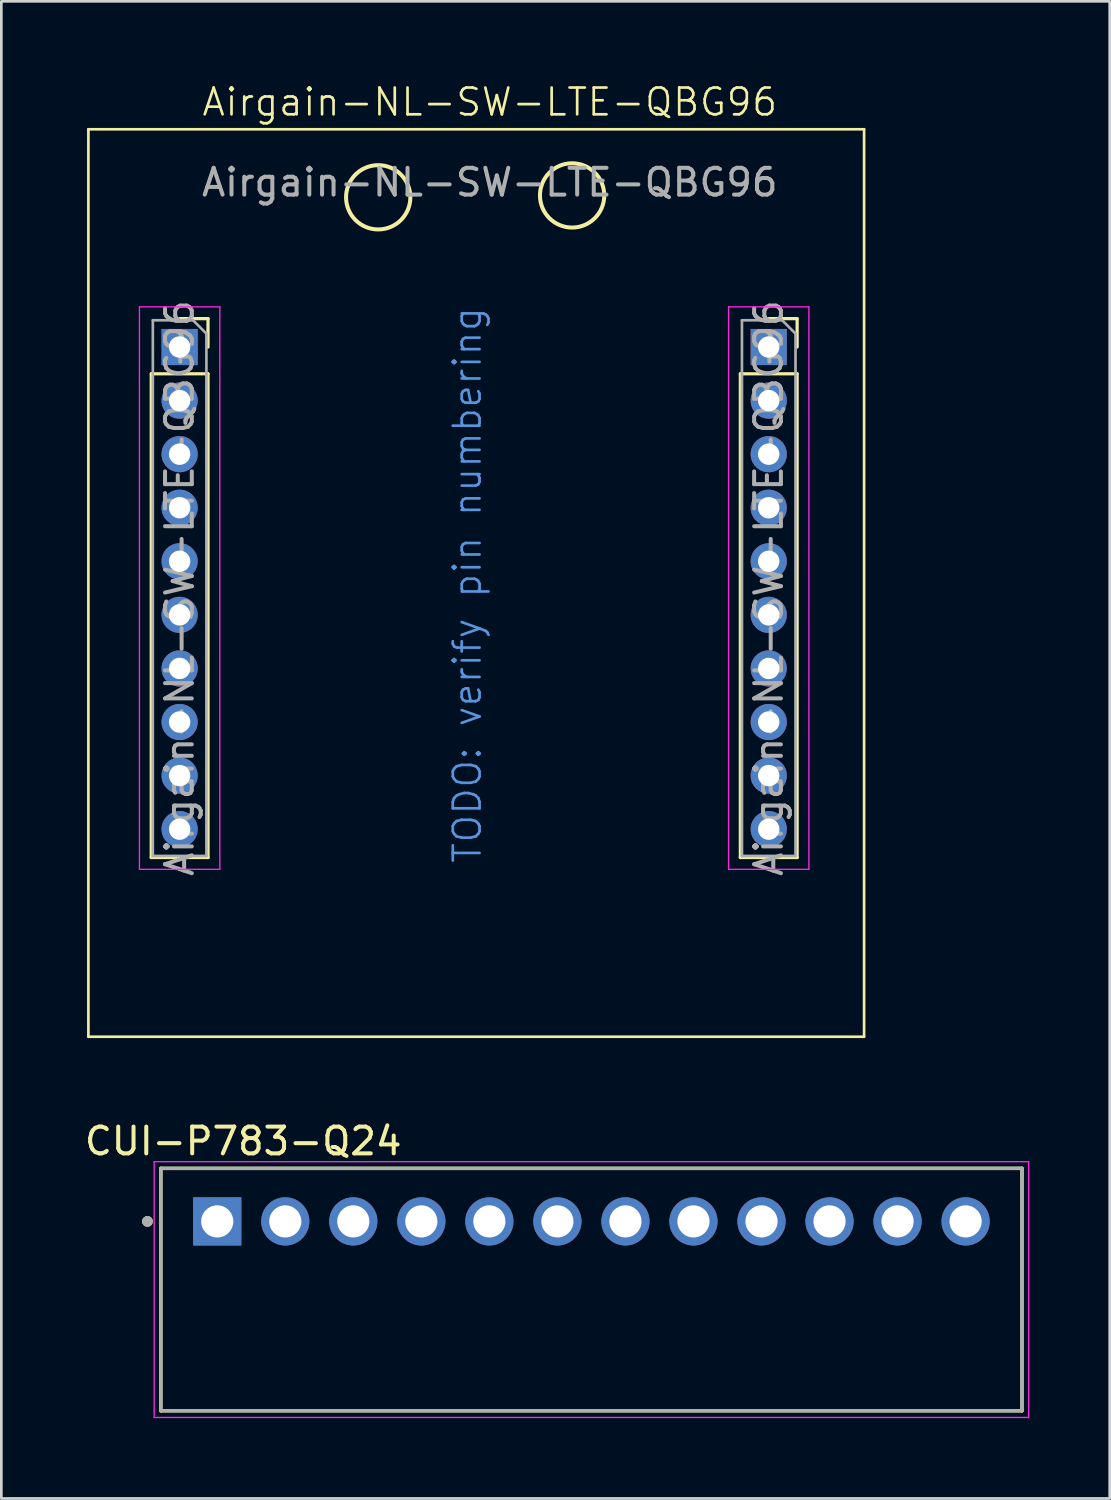
<source format=kicad_pcb>
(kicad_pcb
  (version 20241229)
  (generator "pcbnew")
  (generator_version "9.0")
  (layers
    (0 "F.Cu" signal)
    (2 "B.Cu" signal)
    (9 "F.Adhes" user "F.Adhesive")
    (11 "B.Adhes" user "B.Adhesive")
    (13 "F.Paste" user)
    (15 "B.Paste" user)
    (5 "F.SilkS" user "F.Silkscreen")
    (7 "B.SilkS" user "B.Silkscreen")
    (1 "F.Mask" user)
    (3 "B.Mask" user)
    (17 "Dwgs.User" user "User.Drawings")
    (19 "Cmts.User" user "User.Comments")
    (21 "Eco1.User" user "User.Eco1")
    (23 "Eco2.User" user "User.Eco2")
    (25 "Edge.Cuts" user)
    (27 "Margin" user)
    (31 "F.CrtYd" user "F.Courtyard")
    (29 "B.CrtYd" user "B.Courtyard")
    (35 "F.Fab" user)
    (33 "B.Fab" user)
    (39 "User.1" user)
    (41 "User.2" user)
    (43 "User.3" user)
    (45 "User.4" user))
  (footprint "CUI-P783-Q24"
    (layer "F.Cu")
    (at 19.03 45.095)
    (property "Reference" "CUI-P783-Q24" (at -13 -5.54 0) (layer "F.SilkS") (effects (font (size 1 1) (thickness 0.15))))
    (attr through_hole)
    (fp_line (start -16.075 -4.525) (end -16.075 4.525) (stroke (width 0.127) (type solid)) (layer "F.SilkS"))
    (fp_line (start -16.075 4.525) (end 16.075 4.525) (stroke (width 0.127) (type solid)) (layer "F.SilkS"))
    (fp_line (start 16.075 -4.525) (end -16.075 -4.525) (stroke (width 0.127) (type solid)) (layer "F.SilkS"))
    (fp_line (start 16.075 4.525) (end 16.075 -4.525) (stroke (width 0.127) (type solid)) (layer "F.SilkS"))
    (fp_circle (center -16.575 -2.545) (end -16.475 -2.545) (stroke (width 0.2) (type solid)) (fill no) (layer "F.SilkS"))
    (fp_line (start -16.325 -4.775) (end -16.325 4.775) (stroke (width 0.05) (type solid)) (layer "F.CrtYd"))
    (fp_line (start -16.325 4.775) (end 16.325 4.775) (stroke (width 0.05) (type solid)) (layer "F.CrtYd"))
    (fp_line (start 16.325 -4.775) (end -16.325 -4.775) (stroke (width 0.05) (type solid)) (layer "F.CrtYd"))
    (fp_line (start 16.325 4.775) (end 16.325 -4.775) (stroke (width 0.05) (type solid)) (layer "F.CrtYd"))
    (fp_line (start -16.075 -4.525) (end -16.075 4.525) (stroke (width 0.127) (type solid)) (layer "F.Fab"))
    (fp_line (start -16.075 4.525) (end 16.075 4.525) (stroke (width 0.127) (type solid)) (layer "F.Fab"))
    (fp_line (start 16.075 -4.525) (end -16.075 -4.525) (stroke (width 0.127) (type solid)) (layer "F.Fab"))
    (fp_line (start 16.075 4.525) (end 16.075 -4.525) (stroke (width 0.127) (type solid)) (layer "F.Fab"))
    (fp_circle (center -16.575 -2.545) (end -16.475 -2.545) (stroke (width 0.2) (type solid)) (fill no) (layer "F.Fab"))
    (pad "1" thru_hole rect (at -13.97 -2.545) (size 1.8 1.8) (drill 1.2) (layers "*.Cu" "*.Mask"))
    (pad "2" thru_hole circle (at -11.43 -2.545) (size 1.8 1.8) (drill 1.2) (layers "*.Cu" "*.Mask"))
    (pad "3" thru_hole circle (at -8.89 -2.545) (size 1.8 1.8) (drill 1.2) (layers "*.Cu" "*.Mask"))
    (pad "4" thru_hole circle (at -6.35 -2.545) (size 1.8 1.8) (drill 1.2) (layers "*.Cu" "*.Mask"))
    (pad "5" thru_hole circle (at -3.81 -2.545) (size 1.8 1.8) (drill 1.2) (layers "*.Cu" "*.Mask"))
    (pad "6" thru_hole circle (at -1.27 -2.545) (size 1.8 1.8) (drill 1.2) (layers "*.Cu" "*.Mask"))
    (pad "7" thru_hole circle (at 1.27 -2.545) (size 1.8 1.8) (drill 1.2) (layers "*.Cu" "*.Mask"))
    (pad "8" thru_hole circle (at 3.81 -2.545) (size 1.8 1.8) (drill 1.2) (layers "*.Cu" "*.Mask"))
    (pad "9" thru_hole circle (at 6.35 -2.545) (size 1.8 1.8) (drill 1.2) (layers "*.Cu" "*.Mask"))
    (pad "10" thru_hole circle (at 8.89 -2.545) (size 1.8 1.8) (drill 1.2) (layers "*.Cu" "*.Mask"))
    (pad "11" thru_hole circle (at 11.43 -2.545) (size 1.8 1.8) (drill 1.2) (layers "*.Cu" "*.Mask"))
    (pad "12" thru_hole circle (at 13.97 -2.545) (size 1.8 1.8) (drill 1.2) (layers "*.Cu" "*.Mask")))
  (footprint "Airgain-NL-SW-LTE-QBG96"
    (layer "F.Cu")
    (at 0.25 1.776)
    (property "Reference" "Airgain-NL-SW-LTE-QBG96" (at 14.986 -1.016 0) (unlocked yes) (layer "F.SilkS") (effects (font (size 1 1) (thickness 0.1))))
    (attr through_hole)
    (fp_line (start 0 0) (end 0 33.88) (stroke (width 0.1) (type default)) (layer "F.SilkS"))
    (fp_line (start 0 0) (end 28.96 0) (stroke (width 0.1) (type default)) (layer "F.SilkS"))
    (fp_line (start 2.346 9.13) (end 2.346 27.19) (stroke (width 0.12) (type solid)) (layer "F.SilkS"))
    (fp_line (start 2.346 9.13) (end 4.466 9.13) (stroke (width 0.12) (type solid)) (layer "F.SilkS"))
    (fp_line (start 2.346 27.19) (end 4.466 27.19) (stroke (width 0.12) (type solid)) (layer "F.SilkS"))
    (fp_line (start 3.406 7.07) (end 4.466 7.07) (stroke (width 0.12) (type solid)) (layer "F.SilkS"))
    (fp_line (start 4.466 7.07) (end 4.466 8.13) (stroke (width 0.12) (type solid)) (layer "F.SilkS"))
    (fp_line (start 4.466 9.13) (end 4.466 27.19) (stroke (width 0.12) (type solid)) (layer "F.SilkS"))
    (fp_line (start 24.34 9.13) (end 24.34 27.19) (stroke (width 0.12) (type solid)) (layer "F.SilkS"))
    (fp_line (start 24.34 9.13) (end 26.46 9.13) (stroke (width 0.12) (type solid)) (layer "F.SilkS"))
    (fp_line (start 24.34 27.19) (end 26.46 27.19) (stroke (width 0.12) (type solid)) (layer "F.SilkS"))
    (fp_line (start 25.4 7.07) (end 26.46 7.07) (stroke (width 0.12) (type solid)) (layer "F.SilkS"))
    (fp_line (start 26.46 7.07) (end 26.46 8.13) (stroke (width 0.12) (type solid)) (layer "F.SilkS"))
    (fp_line (start 26.46 9.13) (end 26.46 27.19) (stroke (width 0.12) (type solid)) (layer "F.SilkS"))
    (fp_line (start 28.96 0) (end 28.96 33.88) (stroke (width 0.1) (type default)) (layer "F.SilkS"))
    (fp_line (start 28.96 33.88) (end 0 33.88) (stroke (width 0.1) (type default)) (layer "F.SilkS"))
    (fp_circle (center 10.82 2.54) (end 12.02 2.54) (stroke (width 0.15) (type default)) (fill no) (layer "F.SilkS"))
    (fp_circle (center 18.059 2.47) (end 19.259 2.47) (stroke (width 0.15) (type default)) (fill no) (layer "F.SilkS"))
    (fp_line (start 1.906 6.63) (end 4.906 6.63) (stroke (width 0.05) (type solid)) (layer "F.CrtYd"))
    (fp_line (start 1.906 27.63) (end 1.906 6.63) (stroke (width 0.05) (type solid)) (layer "F.CrtYd"))
    (fp_line (start 4.906 6.63) (end 4.906 27.63) (stroke (width 0.05) (type solid)) (layer "F.CrtYd"))
    (fp_line (start 4.906 27.63) (end 1.906 27.63) (stroke (width 0.05) (type solid)) (layer "F.CrtYd"))
    (fp_line (start 23.9 6.63) (end 26.9 6.63) (stroke (width 0.05) (type solid)) (layer "F.CrtYd"))
    (fp_line (start 23.9 27.63) (end 23.9 6.63) (stroke (width 0.05) (type solid)) (layer "F.CrtYd"))
    (fp_line (start 26.9 6.63) (end 26.9 27.63) (stroke (width 0.05) (type solid)) (layer "F.CrtYd"))
    (fp_line (start 26.9 27.63) (end 23.9 27.63) (stroke (width 0.05) (type solid)) (layer "F.CrtYd"))
    (fp_line (start 2.406 7.13) (end 3.906 7.13) (stroke (width 0.1) (type solid)) (layer "F.Fab"))
    (fp_line (start 2.406 27.13) (end 2.406 7.13) (stroke (width 0.1) (type solid)) (layer "F.Fab"))
    (fp_line (start 3.906 7.13) (end 4.406 7.63) (stroke (width 0.1) (type solid)) (layer "F.Fab"))
    (fp_line (start 4.406 7.63) (end 4.406 27.13) (stroke (width 0.1) (type solid)) (layer "F.Fab"))
    (fp_line (start 4.406 27.13) (end 2.406 27.13) (stroke (width 0.1) (type solid)) (layer "F.Fab"))
    (fp_line (start 24.4 7.13) (end 25.9 7.13) (stroke (width 0.1) (type solid)) (layer "F.Fab"))
    (fp_line (start 24.4 27.13) (end 24.4 7.13) (stroke (width 0.1) (type solid)) (layer "F.Fab"))
    (fp_line (start 25.9 7.13) (end 26.4 7.63) (stroke (width 0.1) (type solid)) (layer "F.Fab"))
    (fp_line (start 26.4 7.63) (end 26.4 27.13) (stroke (width 0.1) (type solid)) (layer "F.Fab"))
    (fp_line (start 26.4 27.13) (end 24.4 27.13) (stroke (width 0.1) (type solid)) (layer "F.Fab"))
    (fp_text user "TODO: verify pin numbering" (at 14.732 17.018 90) (unlocked yes) (layer "Cmts.User") (effects (font (size 1 1) (thickness 0.1)) (justify bottom)))
    (fp_text user "${REFERENCE}" (at 25.4 17.13 90) (layer "F.Fab") (effects (font (size 1 1) (thickness 0.15))))
    (fp_text user "${REFERENCE}" (at 3.406 17.13 90) (layer "F.Fab") (effects (font (size 1 1) (thickness 0.15))))
    (fp_text user "${REFERENCE}" (at 14.986 1.984 0) (unlocked yes) (layer "F.Fab") (effects (font (size 1 1) (thickness 0.15))))
    (pad "1" thru_hole rect (at 3.406 8.13) (size 1.35 1.35) (drill 0.8) (layers "*.Cu" "*.Mask"))
    (pad "2" thru_hole oval (at 3.406 10.13) (size 1.35 1.35) (drill 0.8) (layers "*.Cu" "*.Mask"))
    (pad "3" thru_hole oval (at 3.406 12.13) (size 1.35 1.35) (drill 0.8) (layers "*.Cu" "*.Mask"))
    (pad "4" thru_hole oval (at 3.406 14.13) (size 1.35 1.35) (drill 0.8) (layers "*.Cu" "*.Mask"))
    (pad "5" thru_hole oval (at 3.406 16.13) (size 1.35 1.35) (drill 0.8) (layers "*.Cu" "*.Mask"))
    (pad "6" thru_hole oval (at 3.406 18.13) (size 1.35 1.35) (drill 0.8) (layers "*.Cu" "*.Mask"))
    (pad "7" thru_hole oval (at 3.406 20.13) (size 1.35 1.35) (drill 0.8) (layers "*.Cu" "*.Mask"))
    (pad "8" thru_hole oval (at 3.406 22.13) (size 1.35 1.35) (drill 0.8) (layers "*.Cu" "*.Mask"))
    (pad "9" thru_hole oval (at 3.406 24.13) (size 1.35 1.35) (drill 0.8) (layers "*.Cu" "*.Mask"))
    (pad "10" thru_hole oval (at 3.406 26.13) (size 1.35 1.35) (drill 0.8) (layers "*.Cu" "*.Mask"))
    (pad "11" thru_hole rect (at 25.4 8.13) (size 1.35 1.35) (drill 0.8) (layers "*.Cu" "*.Mask"))
    (pad "12" thru_hole oval (at 25.4 10.13) (size 1.35 1.35) (drill 0.8) (layers "*.Cu" "*.Mask"))
    (pad "13" thru_hole oval (at 25.4 12.13) (size 1.35 1.35) (drill 0.8) (layers "*.Cu" "*.Mask"))
    (pad "14" thru_hole oval (at 25.4 14.13) (size 1.35 1.35) (drill 0.8) (layers "*.Cu" "*.Mask"))
    (pad "15" thru_hole oval (at 25.4 16.13) (size 1.35 1.35) (drill 0.8) (layers "*.Cu" "*.Mask"))
    (pad "16" thru_hole oval (at 25.4 18.13) (size 1.35 1.35) (drill 0.8) (layers "*.Cu" "*.Mask"))
    (pad "17" thru_hole oval (at 25.4 20.13) (size 1.35 1.35) (drill 0.8) (layers "*.Cu" "*.Mask"))
    (pad "18" thru_hole oval (at 25.4 22.13) (size 1.35 1.35) (drill 0.8) (layers "*.Cu" "*.Mask"))
    (pad "19" thru_hole oval (at 25.4 24.13) (size 1.35 1.35) (drill 0.8) (layers "*.Cu" "*.Mask"))
    (pad "20" thru_hole oval (at 25.4 26.13) (size 1.35 1.35) (drill 0.8) (layers "*.Cu" "*.Mask")))
  (gr_rect
    (start -3 -3)
    (end 38.38 52.895)
    (stroke (width 0.1) (type default))
    (fill no)
    (layer "Edge.Cuts")))
</source>
